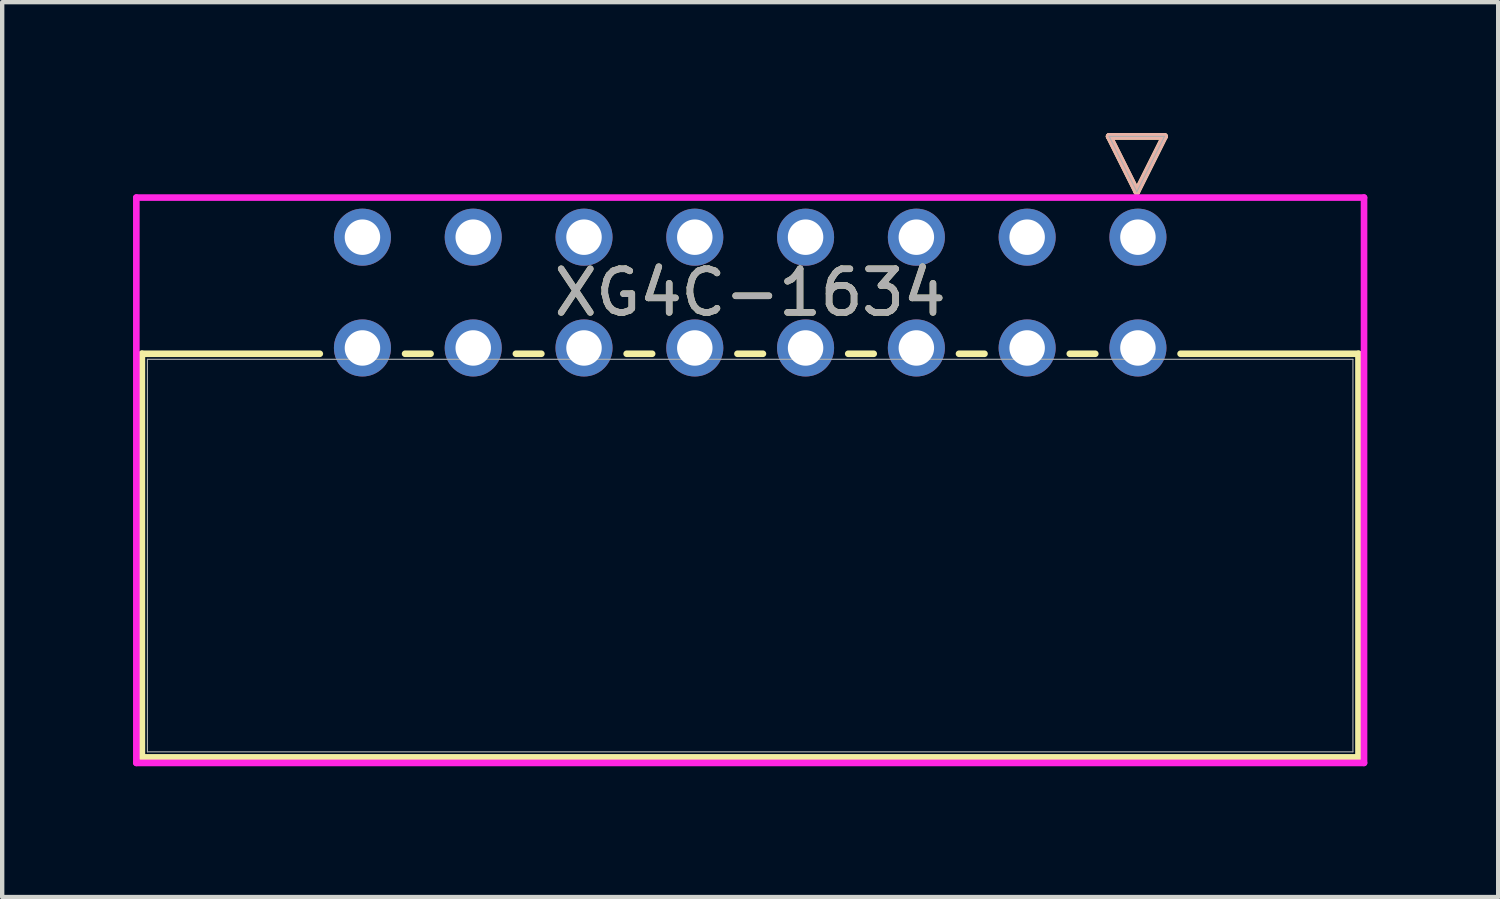
<source format=kicad_pcb>
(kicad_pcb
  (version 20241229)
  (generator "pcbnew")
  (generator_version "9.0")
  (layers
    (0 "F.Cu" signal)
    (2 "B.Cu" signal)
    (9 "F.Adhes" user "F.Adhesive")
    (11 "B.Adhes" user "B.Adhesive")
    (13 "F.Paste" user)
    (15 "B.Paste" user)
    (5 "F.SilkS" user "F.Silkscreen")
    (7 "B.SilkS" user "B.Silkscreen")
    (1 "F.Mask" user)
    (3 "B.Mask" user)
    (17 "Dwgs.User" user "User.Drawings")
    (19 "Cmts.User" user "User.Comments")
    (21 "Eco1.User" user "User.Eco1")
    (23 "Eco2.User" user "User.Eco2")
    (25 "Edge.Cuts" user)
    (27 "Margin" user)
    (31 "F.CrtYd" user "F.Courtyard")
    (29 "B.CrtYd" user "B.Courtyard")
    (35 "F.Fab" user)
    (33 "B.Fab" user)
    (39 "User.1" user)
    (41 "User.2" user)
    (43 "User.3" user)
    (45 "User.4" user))
  (footprint "XG4C-1634"
    (layer "F.Cu")
    (at 23.04 2.388)
    (property "Reference" "XG4C-1634" (at -8.89 1.27 0) (unlocked yes) (layer "F.SilkS") (effects (font (size 1 1) (thickness 0.15))))
    (attr through_hole)
    (fp_line (start -22.837 2.673) (end -22.837 11.927) (stroke (width 0.152) (type solid)) (layer "F.SilkS"))
    (fp_line (start -22.837 11.927) (end 5.057 11.927) (stroke (width 0.152) (type solid)) (layer "F.SilkS"))
    (fp_line (start -18.758 2.673) (end -22.837 2.673) (stroke (width 0.152) (type solid)) (layer "F.SilkS"))
    (fp_line (start -16.218 2.673) (end -16.802 2.673) (stroke (width 0.152) (type solid)) (layer "F.SilkS"))
    (fp_line (start -13.678 2.673) (end -14.262 2.673) (stroke (width 0.152) (type solid)) (layer "F.SilkS"))
    (fp_line (start -11.138 2.673) (end -11.722 2.673) (stroke (width 0.152) (type solid)) (layer "F.SilkS"))
    (fp_line (start -8.598 2.673) (end -9.182 2.673) (stroke (width 0.152) (type solid)) (layer "F.SilkS"))
    (fp_line (start -6.058 2.673) (end -6.642 2.673) (stroke (width 0.152) (type solid)) (layer "F.SilkS"))
    (fp_line (start -3.518 2.673) (end -4.102 2.673) (stroke (width 0.152) (type solid)) (layer "F.SilkS"))
    (fp_line (start -0.978 2.673) (end -1.562 2.673) (stroke (width 0.152) (type solid)) (layer "F.SilkS"))
    (fp_line (start -0.66 -2.311) (end -0.025 -1.041) (stroke (width 0.152) (type solid)) (layer "F.SilkS"))
    (fp_line (start -0.66 -2.311) (end 0.61 -2.311) (stroke (width 0.152) (type solid)) (layer "F.SilkS"))
    (fp_line (start 0.61 -2.311) (end -0.025 -1.041) (stroke (width 0.152) (type solid)) (layer "F.SilkS"))
    (fp_line (start 5.057 2.673) (end 0.978 2.673) (stroke (width 0.152) (type solid)) (layer "F.SilkS"))
    (fp_line (start 5.057 11.927) (end 5.057 2.673) (stroke (width 0.152) (type solid)) (layer "F.SilkS"))
    (fp_line (start -0.66 -2.311) (end -0.025 -1.041) (stroke (width 0.152) (type solid)) (layer "B.SilkS"))
    (fp_line (start -0.66 -2.311) (end 0.61 -2.311) (stroke (width 0.152) (type solid)) (layer "B.SilkS"))
    (fp_line (start 0.61 -2.311) (end -0.025 -1.041) (stroke (width 0.152) (type solid)) (layer "B.SilkS"))
    (fp_line (start -22.964 -0.908) (end -22.964 12.054) (stroke (width 0.152) (type solid)) (layer "F.CrtYd"))
    (fp_line (start -22.964 12.054) (end 5.184 12.054) (stroke (width 0.152) (type solid)) (layer "F.CrtYd"))
    (fp_line (start 5.184 -0.908) (end -22.964 -0.908) (stroke (width 0.152) (type solid)) (layer "F.CrtYd"))
    (fp_line (start 5.184 12.054) (end 5.184 -0.908) (stroke (width 0.152) (type solid)) (layer "F.CrtYd"))
    (fp_line (start -22.71 2.8) (end -22.71 11.8) (stroke (width 0.025) (type solid)) (layer "F.Fab"))
    (fp_line (start -22.71 11.8) (end 4.93 11.8) (stroke (width 0.025) (type solid)) (layer "F.Fab"))
    (fp_line (start -0.66 -2.311) (end -0.025 -1.041) (stroke (width 0.025) (type solid)) (layer "F.Fab"))
    (fp_line (start -0.66 -2.311) (end 0.61 -2.311) (stroke (width 0.025) (type solid)) (layer "F.Fab"))
    (fp_line (start 0.61 -2.311) (end -0.025 -1.041) (stroke (width 0.025) (type solid)) (layer "F.Fab"))
    (fp_line (start 4.93 2.8) (end -22.71 2.8) (stroke (width 0.025) (type solid)) (layer "F.Fab"))
    (fp_line (start 4.93 11.8) (end 4.93 2.8) (stroke (width 0.025) (type solid)) (layer "F.Fab"))
    (fp_text user "${REFERENCE}" (at -8.89 1.27 0) (unlocked yes) (layer "F.Fab") (effects (font (size 1 1) (thickness 0.15))))
    (pad "1" thru_hole circle (at 0 0) (size 1.308 1.308) (drill 0.813) (layers "*.Cu" "*.Mask"))
    (pad "2" thru_hole circle (at 0 2.54) (size 1.308 1.308) (drill 0.813) (layers "*.Cu" "*.Mask"))
    (pad "3" thru_hole circle (at -2.54 0) (size 1.308 1.308) (drill 0.813) (layers "*.Cu" "*.Mask"))
    (pad "4" thru_hole circle (at -2.54 2.54) (size 1.308 1.308) (drill 0.813) (layers "*.Cu" "*.Mask"))
    (pad "5" thru_hole circle (at -5.08 0) (size 1.308 1.308) (drill 0.813) (layers "*.Cu" "*.Mask"))
    (pad "6" thru_hole circle (at -5.08 2.54) (size 1.308 1.308) (drill 0.813) (layers "*.Cu" "*.Mask"))
    (pad "7" thru_hole circle (at -7.62 0) (size 1.308 1.308) (drill 0.813) (layers "*.Cu" "*.Mask"))
    (pad "8" thru_hole circle (at -7.62 2.54) (size 1.308 1.308) (drill 0.813) (layers "*.Cu" "*.Mask"))
    (pad "9" thru_hole circle (at -10.16 0) (size 1.308 1.308) (drill 0.813) (layers "*.Cu" "*.Mask"))
    (pad "10" thru_hole circle (at -10.16 2.54) (size 1.308 1.308) (drill 0.813) (layers "*.Cu" "*.Mask"))
    (pad "11" thru_hole circle (at -12.7 0) (size 1.308 1.308) (drill 0.813) (layers "*.Cu" "*.Mask"))
    (pad "12" thru_hole circle (at -12.7 2.54) (size 1.308 1.308) (drill 0.813) (layers "*.Cu" "*.Mask"))
    (pad "13" thru_hole circle (at -15.24 0) (size 1.308 1.308) (drill 0.813) (layers "*.Cu" "*.Mask"))
    (pad "14" thru_hole circle (at -15.24 2.54) (size 1.308 1.308) (drill 0.813) (layers "*.Cu" "*.Mask"))
    (pad "15" thru_hole circle (at -17.78 0) (size 1.308 1.308) (drill 0.813) (layers "*.Cu" "*.Mask"))
    (pad "16" thru_hole circle (at -17.78 2.54) (size 1.308 1.308) (drill 0.813) (layers "*.Cu" "*.Mask")))
  (gr_rect
    (start -3 -3)
    (end 31.3 17.518)
    (stroke (width 0.1) (type default))
    (fill no)
    (layer "Edge.Cuts")))
</source>
